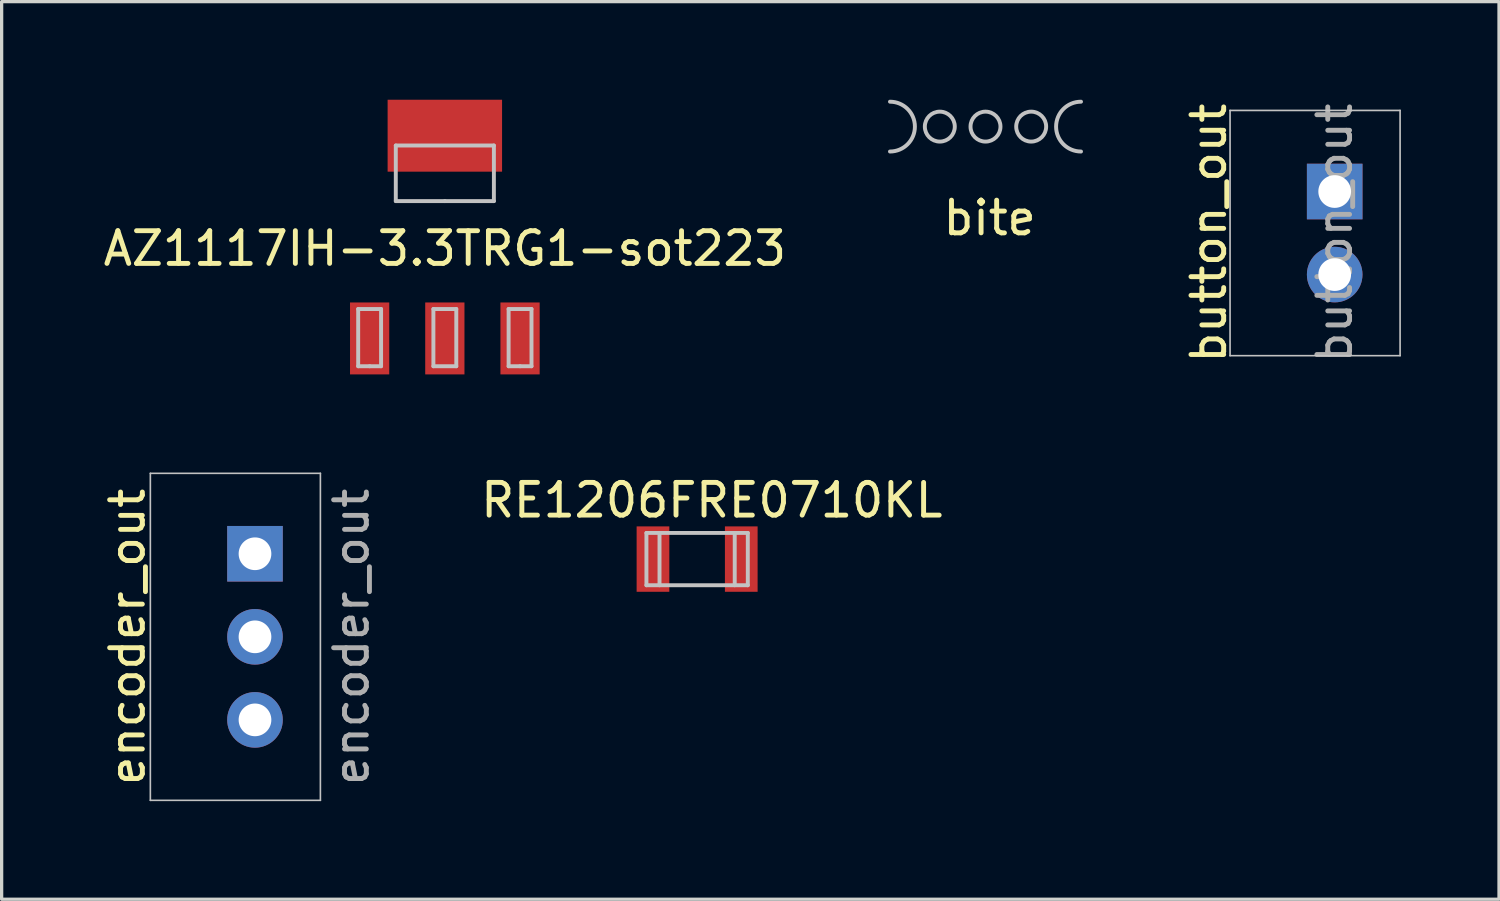
<source format=kicad_pcb>
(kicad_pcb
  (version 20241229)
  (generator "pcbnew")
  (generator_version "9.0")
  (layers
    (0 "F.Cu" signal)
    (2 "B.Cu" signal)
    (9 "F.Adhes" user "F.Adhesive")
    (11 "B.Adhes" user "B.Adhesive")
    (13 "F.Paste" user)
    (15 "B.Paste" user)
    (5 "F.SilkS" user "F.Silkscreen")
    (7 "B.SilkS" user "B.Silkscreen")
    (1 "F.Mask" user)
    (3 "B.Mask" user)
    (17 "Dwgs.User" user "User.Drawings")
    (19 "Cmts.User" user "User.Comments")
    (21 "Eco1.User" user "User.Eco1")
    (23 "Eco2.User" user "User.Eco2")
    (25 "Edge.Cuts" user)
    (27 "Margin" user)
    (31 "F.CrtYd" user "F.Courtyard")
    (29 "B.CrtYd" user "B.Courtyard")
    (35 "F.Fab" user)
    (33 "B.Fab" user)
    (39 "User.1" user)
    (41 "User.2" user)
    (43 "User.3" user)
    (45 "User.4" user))
  (footprint "AZ1117IH-3.3TRG1-sot223"
    (layer "F.Cu")
    (at 10.554 8.15)
    (property "Reference" "AZ1117IH-3.3TRG1-sot223" (at 0 -3.6 180) (layer "F.SilkS") (effects (font (size 1 1) (thickness 0.15))))
    (attr through_hole)
    (fp_line (start -2.65 -1.75) (end -1.95 -1.75) (stroke (width 0.12) (type solid)) (layer "Dwgs.User"))
    (fp_line (start -2.65 0) (end -2.65 -1.75) (stroke (width 0.12) (type solid)) (layer "Dwgs.User"))
    (fp_line (start -2.3 0) (end -2.65 0) (stroke (width 0.12) (type solid)) (layer "Dwgs.User"))
    (fp_line (start -1.95 -1.75) (end -1.95 0) (stroke (width 0.12) (type solid)) (layer "Dwgs.User"))
    (fp_line (start -1.95 0) (end -2.3 0) (stroke (width 0.12) (type solid)) (layer "Dwgs.User"))
    (fp_line (start -1.5 -6.75) (end -1.5 -5.05) (stroke (width 0.12) (type solid)) (layer "Dwgs.User"))
    (fp_line (start -1.5 -5.05) (end 0 -5.05) (stroke (width 0.12) (type solid)) (layer "Dwgs.User"))
    (fp_line (start -0.35 -1.75) (end -0.35 0) (stroke (width 0.12) (type solid)) (layer "Dwgs.User"))
    (fp_line (start -0.35 0) (end 0.35 0) (stroke (width 0.12) (type solid)) (layer "Dwgs.User"))
    (fp_line (start 0 -5.05) (end 1.5 -5.05) (stroke (width 0.12) (type solid)) (layer "Dwgs.User"))
    (fp_line (start 0.35 -1.75) (end -0.35 -1.75) (stroke (width 0.12) (type solid)) (layer "Dwgs.User"))
    (fp_line (start 0.35 0) (end 0.35 -1.75) (stroke (width 0.12) (type solid)) (layer "Dwgs.User"))
    (fp_line (start 1.5 -6.75) (end -1.5 -6.75) (stroke (width 0.12) (type solid)) (layer "Dwgs.User"))
    (fp_line (start 1.5 -5.05) (end 1.5 -6.75) (stroke (width 0.12) (type solid)) (layer "Dwgs.User"))
    (fp_line (start 1.95 -1.75) (end 2.65 -1.75) (stroke (width 0.12) (type solid)) (layer "Dwgs.User"))
    (fp_line (start 1.95 0) (end 1.95 -1.75) (stroke (width 0.12) (type solid)) (layer "Dwgs.User"))
    (fp_line (start 2.3 0) (end 1.95 0) (stroke (width 0.12) (type solid)) (layer "Dwgs.User"))
    (fp_line (start 2.65 -1.75) (end 2.65 0) (stroke (width 0.12) (type solid)) (layer "Dwgs.User"))
    (fp_line (start 2.65 0) (end 2.3 0) (stroke (width 0.12) (type solid)) (layer "Dwgs.User"))
    (pad "1" smd rect (at -2.3 -0.85) (size 1.2 2.2) (layers "F.Cu" "F.Mask" "F.Paste"))
    (pad "2" smd rect (at 0 -7.05) (size 3.5 2.2) (layers "F.Cu" "F.Mask" "F.Paste"))
    (pad "2" smd rect (at 0 -0.85) (size 1.2 2.2) (layers "F.Cu" "F.Mask" "F.Paste"))
    (pad "3" smd rect (at 2.3 -0.85) (size 1.2 2.2) (layers "F.Cu" "F.Mask" "F.Paste")))
  (footprint "RE1206FRE0710KL"
    (layer "F.Cu")
    (at 16.719 14.848)
    (property "Reference" "RE1206FRE0710KL" (at 2 -2.6 0) (layer "F.SilkS") (effects (font (size 1 1) (thickness 0.15))))
    (attr through_hole)
    (fp_line (start 0 -1.6) (end 0 0) (stroke (width 0.12) (type solid)) (layer "Dwgs.User"))
    (fp_line (start 0 0) (end 3.1 0) (stroke (width 0.12) (type solid)) (layer "Dwgs.User"))
    (fp_line (start 0.4 -1.6) (end 0.4 0) (stroke (width 0.12) (type solid)) (layer "Dwgs.User"))
    (fp_line (start 2.7 -1.6) (end 2.7 0) (stroke (width 0.12) (type solid)) (layer "Dwgs.User"))
    (fp_line (start 3.1 -1.6) (end 0 -1.6) (stroke (width 0.12) (type solid)) (layer "Dwgs.User"))
    (fp_line (start 3.1 0) (end 3.1 -1.6) (stroke (width 0.12) (type solid)) (layer "Dwgs.User"))
    (pad "1" smd rect (at 2.9 -0.8) (size 1 2) (layers "F.Cu" "F.Mask" "F.Paste"))
    (pad "2" smd rect (at 0.2 -0.8) (size 1 2) (layers "F.Cu" "F.Mask" "F.Paste")))
  (footprint "bite"
    (layer "F.Cu")
    (at 27.088 0.822)
    (property "Reference" "bite" (at 0.127 2.794 0) (layer "F.SilkS") (effects (font (size 1 1) (thickness 0.15))))
    (attr through_hole)
    (fp_arc (start -2.921 -0.762) (mid -2.159 0) (end -2.921 0.762) (stroke (width 0.12) (type solid)) (layer "Dwgs.User"))
    (fp_arc (start 2.921 0.762) (mid 2.159 0) (end 2.921 -0.762) (stroke (width 0.12) (type solid)) (layer "Dwgs.User"))
    (fp_circle (center -1.397 0) (end -0.939 0) (stroke (width 0.12) (type solid)) (fill no) (layer "Dwgs.User"))
    (fp_circle (center 0 0) (end 0.458 0) (stroke (width 0.12) (type solid)) (fill no) (layer "Dwgs.User"))
    (fp_circle (center 1.397 0) (end 1.855 0) (stroke (width 0.12) (type solid)) (fill no) (layer "Dwgs.User")))
  (footprint "encoder_out"
    (layer "F.Cu")
    (at 4.748 16.425)
    (property "Reference" "encoder_out" (at -3.9 0 90) (layer "F.SilkS") (effects (font (size 1 1) (thickness 0.15))))
    (attr through_hole)
    (fp_line (start -3.2 -5) (end -3.2 5) (stroke (width 0.05) (type solid)) (layer "Dwgs.User"))
    (fp_line (start -3.2 5) (end 2 5) (stroke (width 0.05) (type solid)) (layer "Dwgs.User"))
    (fp_line (start 2 -5) (end -3.2 -5) (stroke (width 0.05) (type solid)) (layer "Dwgs.User"))
    (fp_line (start 2 5) (end 2 -5) (stroke (width 0.05) (type solid)) (layer "Dwgs.User"))
    (fp_text user "${REFERENCE}" (at 2.95 0 270) (layer "F.Fab") (effects (font (size 1 1) (thickness 0.15))))
    (pad "1" thru_hole rect (at 0 -2.54) (size 1.7 1.7) (drill 1) (layers "*.Cu" "*.Mask"))
    (pad "2" thru_hole oval (at 0 0) (size 1.7 1.7) (drill 1) (layers "*.Cu" "*.Mask"))
    (pad "3" thru_hole oval (at 0 2.54) (size 1.7 1.7) (drill 1) (layers "*.Cu" "*.Mask")))
  (footprint "button_out"
    (layer "F.Cu")
    (at 37.767 4.077)
    (property "Reference" "button_out" (at -3.85 0 90) (layer "F.SilkS") (effects (font (size 1 1) (thickness 0.15))))
    (attr through_hole)
    (fp_line (start -3.2 -3.75) (end -3.2 3.75) (stroke (width 0.05) (type solid)) (layer "Dwgs.User"))
    (fp_line (start -3.2 3.75) (end 2 3.75) (stroke (width 0.05) (type solid)) (layer "Dwgs.User"))
    (fp_line (start 2 -3.75) (end -3.2 -3.75) (stroke (width 0.05) (type solid)) (layer "Dwgs.User"))
    (fp_line (start 2 3.75) (end 2 -3.75) (stroke (width 0.05) (type solid)) (layer "Dwgs.User"))
    (fp_text user "${REFERENCE}" (at 0 0 270) (layer "F.Fab") (effects (font (size 1 1) (thickness 0.15))))
    (pad "1" thru_hole rect (at 0 -1.27) (size 1.7 1.7) (drill 1) (layers "*.Cu" "*.Mask"))
    (pad "2" thru_hole oval (at 0 1.27) (size 1.7 1.7) (drill 1) (layers "*.Cu" "*.Mask")))
  (gr_rect
    (start -3 -3)
    (end 42.792 24.45)
    (stroke (width 0.1) (type default))
    (fill no)
    (layer "Edge.Cuts")))
</source>
